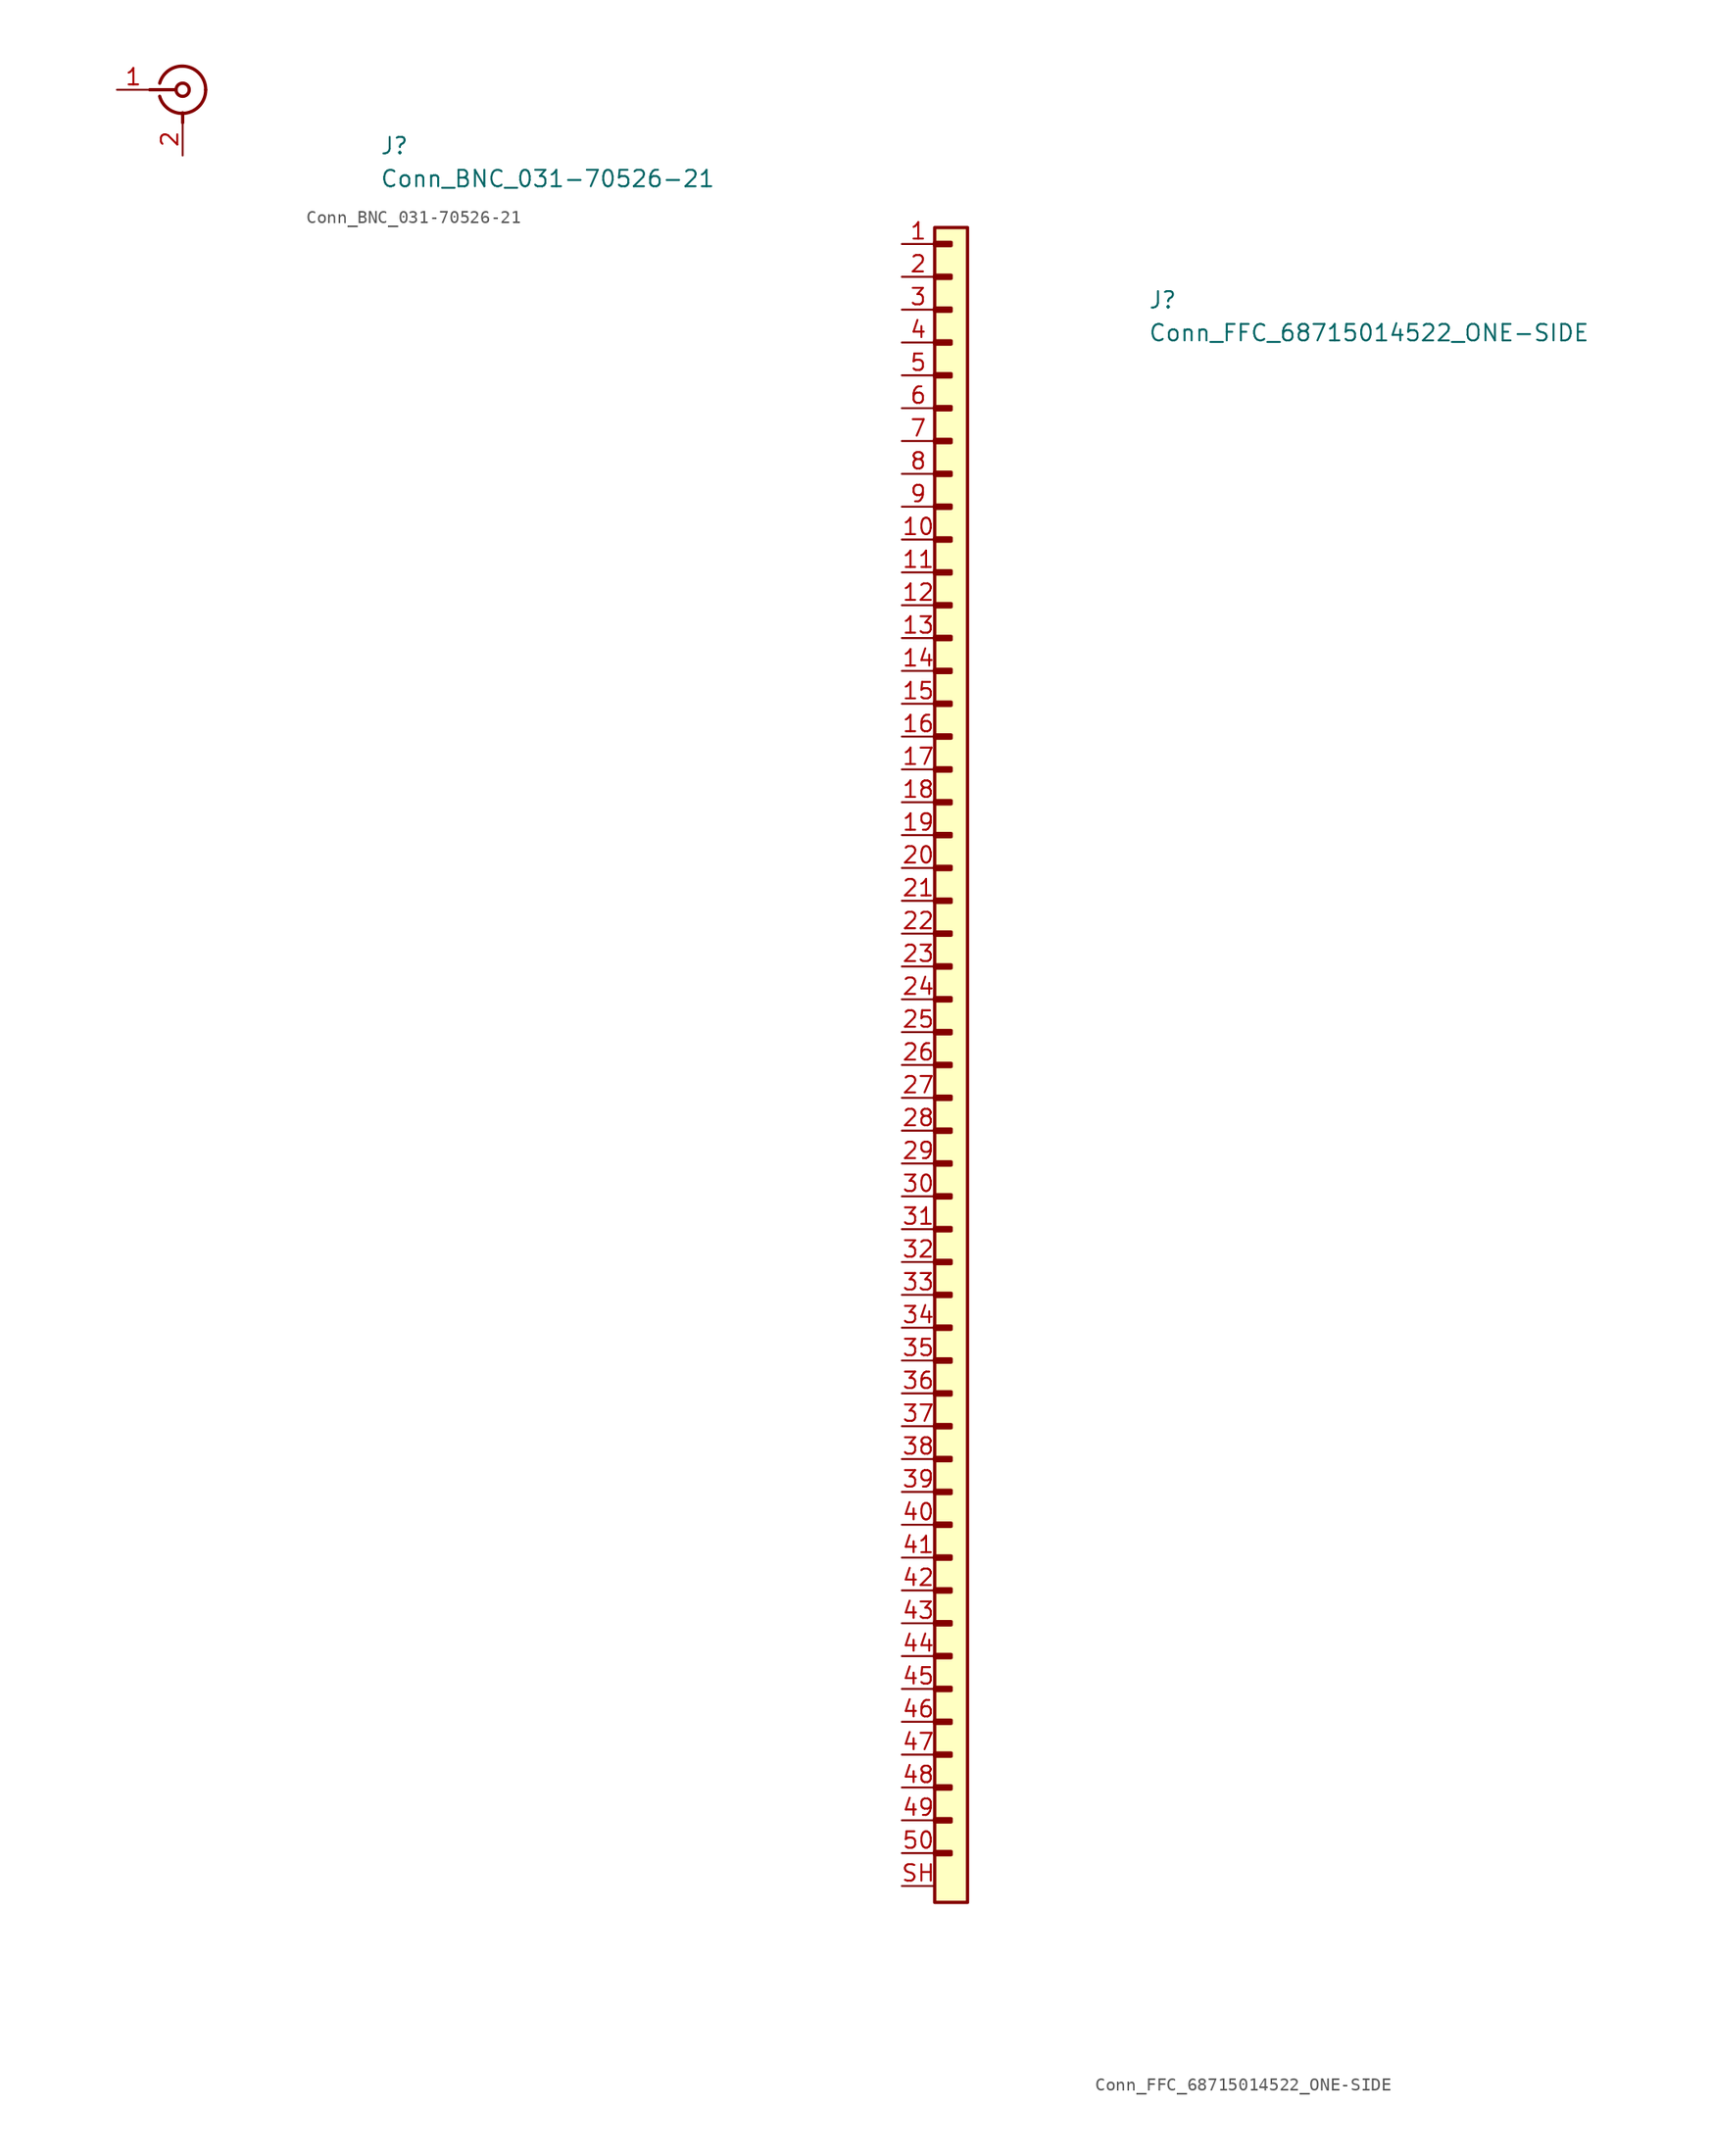
<source format=kicad_sym>
(kicad_symbol_lib
  (version 20211014)
  (generator kicad_symbol_editor)
  (symbol "Conn_BNC_031-70526-21"
    (pin_names hide)
    (property "Reference" "J"
      (at 20.32 -5.08 0)
      (effects (font (size 1.27 1.27) (thickness 0.15)) (justify left bottom)))
    (property "Value" "Conn_BNC_031-70526-21"
      (at 20.32 -7.62 0)
      (effects (font (size 1.27 1.27) (thickness 0.15)) (justify left bottom)))
    (symbol "Conn_BNC_031-70526-21_1_1"
      (polyline (pts (xy 2.54 0) (xy 4.572 0)) (stroke (width 0.254) (type default) (color 0 0 0 0)) (fill (type none)))
      (polyline (pts (xy 5.08 -2.54) (xy 5.08 -1.778)) (stroke (width 0.254) (type default) (color 0 0 0 0)) (fill (type none)))
      (arc (start 3.302 -0.508) (mid 5.3111 -1.8066) (end 6.858 0) (stroke (width 0.254) (type default) (color 0 0 0 0)) (fill (type none)))
      (circle (center 5.08 0) (radius 0.508) (stroke (width 0.254) (type default) (color 0 0 0 0)) (fill (type none)))
      (arc (start 6.858 0) (mid 5.2899 1.8101) (end 3.302 0.508) (stroke (width 0.254) (type default) (color 0 0 0 0)) (fill (type none)))
      (pin passive line (at 0 0 0) (length 2.54) (name "1" (effects (font (size 1.27 1.27)))) (number "1" (effects (font (size 1.27 1.27)))))
      (pin passive line (at 5.08 -5.08 90) (length 2.54) (name "2" (effects (font (size 1.27 1.27)))) (number "2" (effects (font (size 1.27 1.27)))))))
  (symbol "Conn_FFC_68715014522_ONE-SIDE"
    (pin_names hide)
    (property "Reference" "J"
      (at 19.05 -5.08 0)
      (effects (font (size 1.27 1.27) (thickness 0.15)) (justify left bottom)))
    (property "Value" "Conn_FFC_68715014522_ONE-SIDE"
      (at 19.05 -7.62 0)
      (effects (font (size 1.27 1.27) (thickness 0.15)) (justify left bottom)))
    (symbol "Conn_FFC_68715014522_ONE-SIDE_1_1"
      (rectangle (start 2.54 -124.333) (end 3.81 -124.587) (stroke (width 0.254) (type default) (color 0 0 0 0)) (fill (type background)))
      (rectangle (start 2.54 -121.793) (end 3.81 -122.047) (stroke (width 0.254) (type default) (color 0 0 0 0)) (fill (type background)))
      (rectangle (start 2.54 -119.253) (end 3.81 -119.507) (stroke (width 0.254) (type default) (color 0 0 0 0)) (fill (type background)))
      (rectangle (start 2.54 -116.713) (end 3.81 -116.967) (stroke (width 0.254) (type default) (color 0 0 0 0)) (fill (type background)))
      (rectangle (start 2.54 -114.173) (end 3.81 -114.427) (stroke (width 0.254) (type default) (color 0 0 0 0)) (fill (type background)))
      (rectangle (start 2.54 -111.633) (end 3.81 -111.887) (stroke (width 0.254) (type default) (color 0 0 0 0)) (fill (type background)))
      (rectangle (start 2.54 -109.093) (end 3.81 -109.347) (stroke (width 0.254) (type default) (color 0 0 0 0)) (fill (type background)))
      (rectangle (start 2.54 -106.553) (end 3.81 -106.807) (stroke (width 0.254) (type default) (color 0 0 0 0)) (fill (type background)))
      (rectangle (start 2.54 -104.013) (end 3.81 -104.267) (stroke (width 0.254) (type default) (color 0 0 0 0)) (fill (type background)))
      (rectangle (start 2.54 -101.473) (end 3.81 -101.727) (stroke (width 0.254) (type default) (color 0 0 0 0)) (fill (type background)))
      (rectangle (start 2.54 -98.933) (end 3.81 -99.187) (stroke (width 0.254) (type default) (color 0 0 0 0)) (fill (type background)))
      (rectangle (start 2.54 -96.393) (end 3.81 -96.647) (stroke (width 0.254) (type default) (color 0 0 0 0)) (fill (type background)))
      (rectangle (start 2.54 -93.853) (end 3.81 -94.107) (stroke (width 0.254) (type default) (color 0 0 0 0)) (fill (type background)))
      (rectangle (start 2.54 -91.313) (end 3.81 -91.567) (stroke (width 0.254) (type default) (color 0 0 0 0)) (fill (type background)))
      (rectangle (start 2.54 -88.773) (end 3.81 -89.027) (stroke (width 0.254) (type default) (color 0 0 0 0)) (fill (type background)))
      (rectangle (start 2.54 -86.233) (end 3.81 -86.487) (stroke (width 0.254) (type default) (color 0 0 0 0)) (fill (type background)))
      (rectangle (start 2.54 -83.693) (end 3.81 -83.947) (stroke (width 0.254) (type default) (color 0 0 0 0)) (fill (type background)))
      (rectangle (start 2.54 -81.153) (end 3.81 -81.407) (stroke (width 0.254) (type default) (color 0 0 0 0)) (fill (type background)))
      (rectangle (start 2.54 -78.613) (end 3.81 -78.867) (stroke (width 0.254) (type default) (color 0 0 0 0)) (fill (type background)))
      (rectangle (start 2.54 -76.073) (end 3.81 -76.327) (stroke (width 0.254) (type default) (color 0 0 0 0)) (fill (type background)))
      (rectangle (start 2.54 -73.533) (end 3.81 -73.787) (stroke (width 0.254) (type default) (color 0 0 0 0)) (fill (type background)))
      (rectangle (start 2.54 -70.993) (end 3.81 -71.247) (stroke (width 0.254) (type default) (color 0 0 0 0)) (fill (type background)))
      (rectangle (start 2.54 -68.453) (end 3.81 -68.707) (stroke (width 0.254) (type default) (color 0 0 0 0)) (fill (type background)))
      (rectangle (start 2.54 -65.913) (end 3.81 -66.167) (stroke (width 0.254) (type default) (color 0 0 0 0)) (fill (type background)))
      (rectangle (start 2.54 -63.373) (end 3.81 -63.627) (stroke (width 0.254) (type default) (color 0 0 0 0)) (fill (type background)))
      (rectangle (start 2.54 -60.833) (end 3.81 -61.087) (stroke (width 0.254) (type default) (color 0 0 0 0)) (fill (type background)))
      (rectangle (start 2.54 -58.293) (end 3.81 -58.547) (stroke (width 0.254) (type default) (color 0 0 0 0)) (fill (type background)))
      (rectangle (start 2.54 -55.753) (end 3.81 -56.007) (stroke (width 0.254) (type default) (color 0 0 0 0)) (fill (type background)))
      (rectangle (start 2.54 -53.213) (end 3.81 -53.467) (stroke (width 0.254) (type default) (color 0 0 0 0)) (fill (type background)))
      (rectangle (start 2.54 -50.673) (end 3.81 -50.927) (stroke (width 0.254) (type default) (color 0 0 0 0)) (fill (type background)))
      (rectangle (start 2.54 -48.133) (end 3.81 -48.387) (stroke (width 0.254) (type default) (color 0 0 0 0)) (fill (type background)))
      (rectangle (start 2.54 -45.593) (end 3.81 -45.847) (stroke (width 0.254) (type default) (color 0 0 0 0)) (fill (type background)))
      (rectangle (start 2.54 -43.053) (end 3.81 -43.307) (stroke (width 0.254) (type default) (color 0 0 0 0)) (fill (type background)))
      (rectangle (start 2.54 -40.513) (end 3.81 -40.767) (stroke (width 0.254) (type default) (color 0 0 0 0)) (fill (type background)))
      (rectangle (start 2.54 -37.973) (end 3.81 -38.227) (stroke (width 0.254) (type default) (color 0 0 0 0)) (fill (type background)))
      (rectangle (start 2.54 -35.433) (end 3.81 -35.687) (stroke (width 0.254) (type default) (color 0 0 0 0)) (fill (type background)))
      (rectangle (start 2.54 -32.893) (end 3.81 -33.147) (stroke (width 0.254) (type default) (color 0 0 0 0)) (fill (type background)))
      (rectangle (start 2.54 -30.353) (end 3.81 -30.607) (stroke (width 0.254) (type default) (color 0 0 0 0)) (fill (type background)))
      (rectangle (start 2.54 -27.813) (end 3.81 -28.067) (stroke (width 0.254) (type default) (color 0 0 0 0)) (fill (type background)))
      (rectangle (start 2.54 -25.273) (end 3.81 -25.527) (stroke (width 0.254) (type default) (color 0 0 0 0)) (fill (type background)))
      (rectangle (start 2.54 -22.733) (end 3.81 -22.987) (stroke (width 0.254) (type default) (color 0 0 0 0)) (fill (type background)))
      (rectangle (start 2.54 -20.193) (end 3.81 -20.447) (stroke (width 0.254) (type default) (color 0 0 0 0)) (fill (type background)))
      (rectangle (start 2.54 -17.653) (end 3.81 -17.907) (stroke (width 0.254) (type default) (color 0 0 0 0)) (fill (type background)))
      (rectangle (start 2.54 -15.113) (end 3.81 -15.367) (stroke (width 0.254) (type default) (color 0 0 0 0)) (fill (type background)))
      (rectangle (start 2.54 -12.573) (end 3.81 -12.827) (stroke (width 0.254) (type default) (color 0 0 0 0)) (fill (type background)))
      (rectangle (start 2.54 -10.033) (end 3.81 -10.287) (stroke (width 0.254) (type default) (color 0 0 0 0)) (fill (type background)))
      (rectangle (start 2.54 -7.493) (end 3.81 -7.747) (stroke (width 0.254) (type default) (color 0 0 0 0)) (fill (type background)))
      (rectangle (start 2.54 -4.953) (end 3.81 -5.207) (stroke (width 0.254) (type default) (color 0 0 0 0)) (fill (type background)))
      (rectangle (start 2.54 -2.413) (end 3.81 -2.667) (stroke (width 0.254) (type default) (color 0 0 0 0)) (fill (type background)))
      (rectangle (start 2.54 0.127) (end 3.81 -0.127) (stroke (width 0.254) (type default) (color 0 0 0 0)) (fill (type background)))
      (rectangle (start 2.54 1.27) (end 5.08 -128.27) (stroke (width 0.254) (type default) (color 0 0 0 0)) (fill (type background)))
      (pin passive line (at 0 0 0) (length 2.54) (name "~" (effects (font (size 1.27 1.27)))) (number "1" (effects (font (size 1.27 1.27)))))
      (pin passive line (at 0 -22.86 0) (length 2.54) (name "~" (effects (font (size 1.27 1.27)))) (number "10" (effects (font (size 1.27 1.27)))))
      (pin passive line (at 0 -25.4 0) (length 2.54) (name "~" (effects (font (size 1.27 1.27)))) (number "11" (effects (font (size 1.27 1.27)))))
      (pin passive line (at 0 -27.94 0) (length 2.54) (name "~" (effects (font (size 1.27 1.27)))) (number "12" (effects (font (size 1.27 1.27)))))
      (pin passive line (at 0 -30.48 0) (length 2.54) (name "~" (effects (font (size 1.27 1.27)))) (number "13" (effects (font (size 1.27 1.27)))))
      (pin passive line (at 0 -33.02 0) (length 2.54) (name "~" (effects (font (size 1.27 1.27)))) (number "14" (effects (font (size 1.27 1.27)))))
      (pin passive line (at 0 -35.56 0) (length 2.54) (name "~" (effects (font (size 1.27 1.27)))) (number "15" (effects (font (size 1.27 1.27)))))
      (pin passive line (at 0 -38.1 0) (length 2.54) (name "~" (effects (font (size 1.27 1.27)))) (number "16" (effects (font (size 1.27 1.27)))))
      (pin passive line (at 0 -40.64 0) (length 2.54) (name "~" (effects (font (size 1.27 1.27)))) (number "17" (effects (font (size 1.27 1.27)))))
      (pin passive line (at 0 -43.18 0) (length 2.54) (name "~" (effects (font (size 1.27 1.27)))) (number "18" (effects (font (size 1.27 1.27)))))
      (pin passive line (at 0 -45.72 0) (length 2.54) (name "~" (effects (font (size 1.27 1.27)))) (number "19" (effects (font (size 1.27 1.27)))))
      (pin passive line (at 0 -2.54 0) (length 2.54) (name "~" (effects (font (size 1.27 1.27)))) (number "2" (effects (font (size 1.27 1.27)))))
      (pin passive line (at 0 -48.26 0) (length 2.54) (name "~" (effects (font (size 1.27 1.27)))) (number "20" (effects (font (size 1.27 1.27)))))
      (pin passive line (at 0 -50.8 0) (length 2.54) (name "~" (effects (font (size 1.27 1.27)))) (number "21" (effects (font (size 1.27 1.27)))))
      (pin passive line (at 0 -53.34 0) (length 2.54) (name "~" (effects (font (size 1.27 1.27)))) (number "22" (effects (font (size 1.27 1.27)))))
      (pin passive line (at 0 -55.88 0) (length 2.54) (name "~" (effects (font (size 1.27 1.27)))) (number "23" (effects (font (size 1.27 1.27)))))
      (pin passive line (at 0 -58.42 0) (length 2.54) (name "~" (effects (font (size 1.27 1.27)))) (number "24" (effects (font (size 1.27 1.27)))))
      (pin passive line (at 0 -60.96 0) (length 2.54) (name "~" (effects (font (size 1.27 1.27)))) (number "25" (effects (font (size 1.27 1.27)))))
      (pin passive line (at 0 -63.5 0) (length 2.54) (name "~" (effects (font (size 1.27 1.27)))) (number "26" (effects (font (size 1.27 1.27)))))
      (pin passive line (at 0 -66.04 0) (length 2.54) (name "~" (effects (font (size 1.27 1.27)))) (number "27" (effects (font (size 1.27 1.27)))))
      (pin passive line (at 0 -68.58 0) (length 2.54) (name "~" (effects (font (size 1.27 1.27)))) (number "28" (effects (font (size 1.27 1.27)))))
      (pin passive line (at 0 -71.12 0) (length 2.54) (name "~" (effects (font (size 1.27 1.27)))) (number "29" (effects (font (size 1.27 1.27)))))
      (pin passive line (at 0 -5.08 0) (length 2.54) (name "~" (effects (font (size 1.27 1.27)))) (number "3" (effects (font (size 1.27 1.27)))))
      (pin passive line (at 0 -73.66 0) (length 2.54) (name "~" (effects (font (size 1.27 1.27)))) (number "30" (effects (font (size 1.27 1.27)))))
      (pin passive line (at 0 -76.2 0) (length 2.54) (name "~" (effects (font (size 1.27 1.27)))) (number "31" (effects (font (size 1.27 1.27)))))
      (pin passive line (at 0 -78.74 0) (length 2.54) (name "~" (effects (font (size 1.27 1.27)))) (number "32" (effects (font (size 1.27 1.27)))))
      (pin passive line (at 0 -81.28 0) (length 2.54) (name "~" (effects (font (size 1.27 1.27)))) (number "33" (effects (font (size 1.27 1.27)))))
      (pin passive line (at 0 -83.82 0) (length 2.54) (name "~" (effects (font (size 1.27 1.27)))) (number "34" (effects (font (size 1.27 1.27)))))
      (pin passive line (at 0 -86.36 0) (length 2.54) (name "~" (effects (font (size 1.27 1.27)))) (number "35" (effects (font (size 1.27 1.27)))))
      (pin passive line (at 0 -88.9 0) (length 2.54) (name "~" (effects (font (size 1.27 1.27)))) (number "36" (effects (font (size 1.27 1.27)))))
      (pin passive line (at 0 -91.44 0) (length 2.54) (name "~" (effects (font (size 1.27 1.27)))) (number "37" (effects (font (size 1.27 1.27)))))
      (pin passive line (at 0 -93.98 0) (length 2.54) (name "~" (effects (font (size 1.27 1.27)))) (number "38" (effects (font (size 1.27 1.27)))))
      (pin passive line (at 0 -96.52 0) (length 2.54) (name "~" (effects (font (size 1.27 1.27)))) (number "39" (effects (font (size 1.27 1.27)))))
      (pin passive line (at 0 -7.62 0) (length 2.54) (name "~" (effects (font (size 1.27 1.27)))) (number "4" (effects (font (size 1.27 1.27)))))
      (pin passive line (at 0 -99.06 0) (length 2.54) (name "~" (effects (font (size 1.27 1.27)))) (number "40" (effects (font (size 1.27 1.27)))))
      (pin passive line (at 0 -101.6 0) (length 2.54) (name "~" (effects (font (size 1.27 1.27)))) (number "41" (effects (font (size 1.27 1.27)))))
      (pin passive line (at 0 -104.14 0) (length 2.54) (name "~" (effects (font (size 1.27 1.27)))) (number "42" (effects (font (size 1.27 1.27)))))
      (pin passive line (at 0 -106.68 0) (length 2.54) (name "~" (effects (font (size 1.27 1.27)))) (number "43" (effects (font (size 1.27 1.27)))))
      (pin passive line (at 0 -109.22 0) (length 2.54) (name "~" (effects (font (size 1.27 1.27)))) (number "44" (effects (font (size 1.27 1.27)))))
      (pin passive line (at 0 -111.76 0) (length 2.54) (name "~" (effects (font (size 1.27 1.27)))) (number "45" (effects (font (size 1.27 1.27)))))
      (pin passive line (at 0 -114.3 0) (length 2.54) (name "~" (effects (font (size 1.27 1.27)))) (number "46" (effects (font (size 1.27 1.27)))))
      (pin passive line (at 0 -116.84 0) (length 2.54) (name "~" (effects (font (size 1.27 1.27)))) (number "47" (effects (font (size 1.27 1.27)))))
      (pin passive line (at 0 -119.38 0) (length 2.54) (name "~" (effects (font (size 1.27 1.27)))) (number "48" (effects (font (size 1.27 1.27)))))
      (pin passive line (at 0 -121.92 0) (length 2.54) (name "~" (effects (font (size 1.27 1.27)))) (number "49" (effects (font (size 1.27 1.27)))))
      (pin passive line (at 0 -10.16 0) (length 2.54) (name "~" (effects (font (size 1.27 1.27)))) (number "5" (effects (font (size 1.27 1.27)))))
      (pin passive line (at 0 -124.46 0) (length 2.54) (name "~" (effects (font (size 1.27 1.27)))) (number "50" (effects (font (size 1.27 1.27)))))
      (pin passive line (at 0 -12.7 0) (length 2.54) (name "~" (effects (font (size 1.27 1.27)))) (number "6" (effects (font (size 1.27 1.27)))))
      (pin passive line (at 0 -15.24 0) (length 2.54) (name "~" (effects (font (size 1.27 1.27)))) (number "7" (effects (font (size 1.27 1.27)))))
      (pin passive line (at 0 -17.78 0) (length 2.54) (name "~" (effects (font (size 1.27 1.27)))) (number "8" (effects (font (size 1.27 1.27)))))
      (pin passive line (at 0 -20.32 0) (length 2.54) (name "~" (effects (font (size 1.27 1.27)))) (number "9" (effects (font (size 1.27 1.27)))))
      (pin passive line (at 0 -127 0) (length 2.54) (name "~" (effects (font (size 1.27 1.27)))) (number "SH" (effects (font (size 1.27 1.27))))))))
</source>
